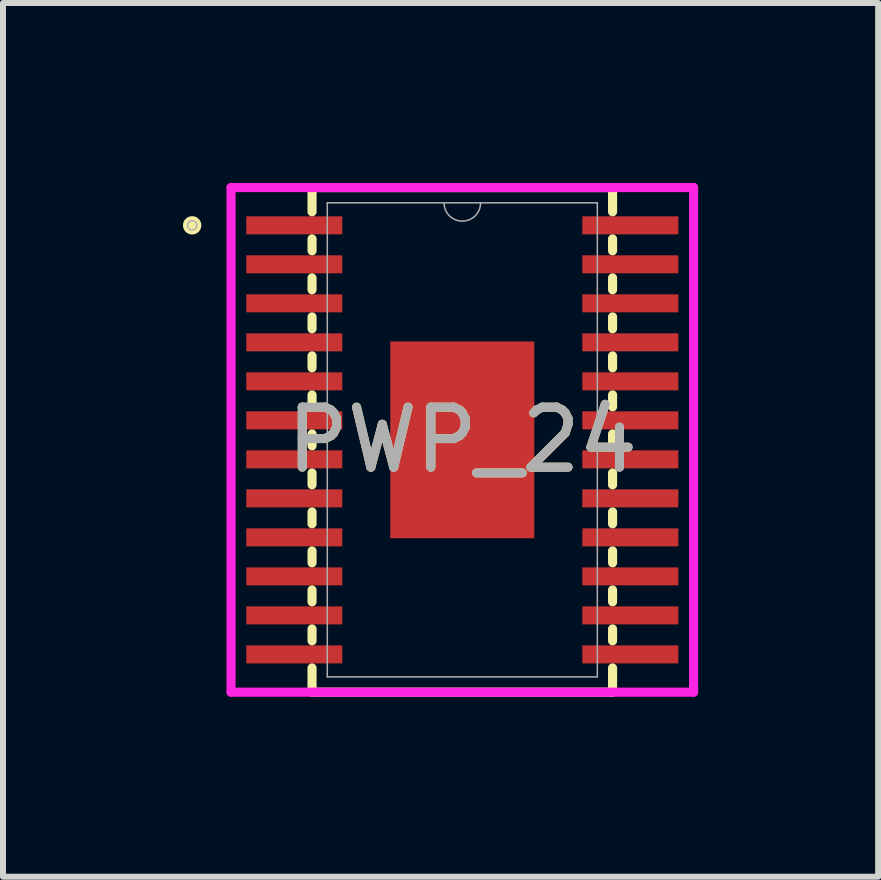
<source format=kicad_pcb>
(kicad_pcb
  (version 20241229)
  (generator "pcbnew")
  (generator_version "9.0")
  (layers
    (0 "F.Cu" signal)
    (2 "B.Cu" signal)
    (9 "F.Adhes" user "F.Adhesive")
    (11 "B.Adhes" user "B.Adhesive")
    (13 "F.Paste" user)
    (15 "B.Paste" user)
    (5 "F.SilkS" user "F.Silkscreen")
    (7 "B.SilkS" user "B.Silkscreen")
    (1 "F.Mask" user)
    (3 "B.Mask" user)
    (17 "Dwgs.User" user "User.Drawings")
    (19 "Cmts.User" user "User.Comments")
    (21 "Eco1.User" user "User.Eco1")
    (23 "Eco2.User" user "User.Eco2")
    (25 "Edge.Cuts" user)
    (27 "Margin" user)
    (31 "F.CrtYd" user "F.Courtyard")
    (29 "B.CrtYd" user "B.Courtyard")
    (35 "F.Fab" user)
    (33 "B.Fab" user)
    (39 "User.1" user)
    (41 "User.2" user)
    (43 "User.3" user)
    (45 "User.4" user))
  (footprint "PWP_24"
    (layer "F.Cu")
    (at 4.654 4.28)
    (property "Reference" "PWP_24" (at 0 0 0) (unlocked yes) (layer "F.SilkS") (effects (font (size 1 1) (thickness 0.15))))
    (attr smd)
    (fp_poly (pts (xy -3.6 -3.725) (xy -3.6 -3.425) (xy -2 -3.425) (xy -2 -3.725)) (stroke (width 0) (type solid)) (fill yes) (layer "F.Mask"))
    (fp_poly (pts (xy -3.6 -3.075) (xy -3.6 -2.775) (xy -2 -2.775) (xy -2 -3.075)) (stroke (width 0) (type solid)) (fill yes) (layer "F.Mask"))
    (fp_poly (pts (xy -3.6 -2.425) (xy -3.6 -2.125) (xy -2 -2.125) (xy -2 -2.425)) (stroke (width 0) (type solid)) (fill yes) (layer "F.Mask"))
    (fp_poly (pts (xy -3.6 -1.775) (xy -3.6 -1.475) (xy -2 -1.475) (xy -2 -1.775)) (stroke (width 0) (type solid)) (fill yes) (layer "F.Mask"))
    (fp_poly (pts (xy -3.6 -1.125) (xy -3.6 -0.825) (xy -2 -0.825) (xy -2 -1.125)) (stroke (width 0) (type solid)) (fill yes) (layer "F.Mask"))
    (fp_poly (pts (xy -3.6 -0.475) (xy -3.6 -0.175) (xy -2 -0.175) (xy -2 -0.475)) (stroke (width 0) (type solid)) (fill yes) (layer "F.Mask"))
    (fp_poly (pts (xy -3.6 0.175) (xy -3.6 0.475) (xy -2 0.475) (xy -2 0.175)) (stroke (width 0) (type solid)) (fill yes) (layer "F.Mask"))
    (fp_poly (pts (xy -3.6 0.825) (xy -3.6 1.125) (xy -2 1.125) (xy -2 0.825)) (stroke (width 0) (type solid)) (fill yes) (layer "F.Mask"))
    (fp_poly (pts (xy -3.6 1.475) (xy -3.6 1.775) (xy -2 1.775) (xy -2 1.475)) (stroke (width 0) (type solid)) (fill yes) (layer "F.Mask"))
    (fp_poly (pts (xy -3.6 2.125) (xy -3.6 2.425) (xy -2 2.425) (xy -2 2.125)) (stroke (width 0) (type solid)) (fill yes) (layer "F.Mask"))
    (fp_poly (pts (xy -3.6 2.775) (xy -3.6 3.075) (xy -2 3.075) (xy -2 2.775)) (stroke (width 0) (type solid)) (fill yes) (layer "F.Mask"))
    (fp_poly (pts (xy -3.6 3.425) (xy -3.6 3.725) (xy -2 3.725) (xy -2 3.425)) (stroke (width 0) (type solid)) (fill yes) (layer "F.Mask"))
    (fp_poly (pts (xy 2 -3.725) (xy 2 -3.425) (xy 3.6 -3.425) (xy 3.6 -3.725)) (stroke (width 0) (type solid)) (fill yes) (layer "F.Mask"))
    (fp_poly (pts (xy 2 -3.075) (xy 2 -2.775) (xy 3.6 -2.775) (xy 3.6 -3.075)) (stroke (width 0) (type solid)) (fill yes) (layer "F.Mask"))
    (fp_poly (pts (xy 2 -2.425) (xy 2 -2.125) (xy 3.6 -2.125) (xy 3.6 -2.425)) (stroke (width 0) (type solid)) (fill yes) (layer "F.Mask"))
    (fp_poly (pts (xy 2 -1.775) (xy 2 -1.475) (xy 3.6 -1.475) (xy 3.6 -1.775)) (stroke (width 0) (type solid)) (fill yes) (layer "F.Mask"))
    (fp_poly (pts (xy 2 -1.125) (xy 2 -0.825) (xy 3.6 -0.825) (xy 3.6 -1.125)) (stroke (width 0) (type solid)) (fill yes) (layer "F.Mask"))
    (fp_poly (pts (xy 2 -0.475) (xy 2 -0.175) (xy 3.6 -0.175) (xy 3.6 -0.475)) (stroke (width 0) (type solid)) (fill yes) (layer "F.Mask"))
    (fp_poly (pts (xy 2 0.175) (xy 2 0.475) (xy 3.6 0.475) (xy 3.6 0.175)) (stroke (width 0) (type solid)) (fill yes) (layer "F.Mask"))
    (fp_poly (pts (xy 2 0.825) (xy 2 1.125) (xy 3.6 1.125) (xy 3.6 0.825)) (stroke (width 0) (type solid)) (fill yes) (layer "F.Mask"))
    (fp_poly (pts (xy 2 1.475) (xy 2 1.775) (xy 3.6 1.775) (xy 3.6 1.475)) (stroke (width 0) (type solid)) (fill yes) (layer "F.Mask"))
    (fp_poly (pts (xy 2 2.125) (xy 2 2.425) (xy 3.6 2.425) (xy 3.6 2.125)) (stroke (width 0) (type solid)) (fill yes) (layer "F.Mask"))
    (fp_poly (pts (xy 2 2.775) (xy 2 3.075) (xy 3.6 3.075) (xy 3.6 2.775)) (stroke (width 0) (type solid)) (fill yes) (layer "F.Mask"))
    (fp_poly (pts (xy 2 3.425) (xy 2 3.725) (xy 3.6 3.725) (xy 3.6 3.425)) (stroke (width 0) (type solid)) (fill yes) (layer "F.Mask"))
    (fp_line (start -2.504 -4.204) (end -2.504 -3.801) (stroke (width 0.152) (type solid)) (layer "F.SilkS"))
    (fp_line (start -2.504 -3.349) (end -2.504 -3.151) (stroke (width 0.152) (type solid)) (layer "F.SilkS"))
    (fp_line (start -2.504 -2.699) (end -2.504 -2.501) (stroke (width 0.152) (type solid)) (layer "F.SilkS"))
    (fp_line (start -2.504 -2.049) (end -2.504 -1.851) (stroke (width 0.152) (type solid)) (layer "F.SilkS"))
    (fp_line (start -2.504 -1.399) (end -2.504 -1.201) (stroke (width 0.152) (type solid)) (layer "F.SilkS"))
    (fp_line (start -2.504 -0.749) (end -2.504 -0.551) (stroke (width 0.152) (type solid)) (layer "F.SilkS"))
    (fp_line (start -2.504 -0.099) (end -2.504 0.099) (stroke (width 0.152) (type solid)) (layer "F.SilkS"))
    (fp_line (start -2.504 0.551) (end -2.504 0.749) (stroke (width 0.152) (type solid)) (layer "F.SilkS"))
    (fp_line (start -2.504 1.201) (end -2.504 1.399) (stroke (width 0.152) (type solid)) (layer "F.SilkS"))
    (fp_line (start -2.504 1.851) (end -2.504 2.049) (stroke (width 0.152) (type solid)) (layer "F.SilkS"))
    (fp_line (start -2.504 2.501) (end -2.504 2.699) (stroke (width 0.152) (type solid)) (layer "F.SilkS"))
    (fp_line (start -2.504 3.151) (end -2.504 3.349) (stroke (width 0.152) (type solid)) (layer "F.SilkS"))
    (fp_line (start -2.504 3.801) (end -2.504 4.204) (stroke (width 0.152) (type solid)) (layer "F.SilkS"))
    (fp_line (start -2.504 4.204) (end 2.504 4.204) (stroke (width 0.152) (type solid)) (layer "F.SilkS"))
    (fp_line (start 2.504 -4.204) (end -2.504 -4.204) (stroke (width 0.152) (type solid)) (layer "F.SilkS"))
    (fp_line (start 2.504 -3.801) (end 2.504 -4.204) (stroke (width 0.152) (type solid)) (layer "F.SilkS"))
    (fp_line (start 2.504 -3.151) (end 2.504 -3.349) (stroke (width 0.152) (type solid)) (layer "F.SilkS"))
    (fp_line (start 2.504 -2.501) (end 2.504 -2.699) (stroke (width 0.152) (type solid)) (layer "F.SilkS"))
    (fp_line (start 2.504 -1.851) (end 2.504 -2.049) (stroke (width 0.152) (type solid)) (layer "F.SilkS"))
    (fp_line (start 2.504 -1.201) (end 2.504 -1.399) (stroke (width 0.152) (type solid)) (layer "F.SilkS"))
    (fp_line (start 2.504 -0.551) (end 2.504 -0.749) (stroke (width 0.152) (type solid)) (layer "F.SilkS"))
    (fp_line (start 2.504 0.099) (end 2.504 -0.099) (stroke (width 0.152) (type solid)) (layer "F.SilkS"))
    (fp_line (start 2.504 0.749) (end 2.504 0.551) (stroke (width 0.152) (type solid)) (layer "F.SilkS"))
    (fp_line (start 2.504 1.399) (end 2.504 1.201) (stroke (width 0.152) (type solid)) (layer "F.SilkS"))
    (fp_line (start 2.504 2.049) (end 2.504 1.851) (stroke (width 0.152) (type solid)) (layer "F.SilkS"))
    (fp_line (start 2.504 2.699) (end 2.504 2.501) (stroke (width 0.152) (type solid)) (layer "F.SilkS"))
    (fp_line (start 2.504 3.349) (end 2.504 3.151) (stroke (width 0.152) (type solid)) (layer "F.SilkS"))
    (fp_line (start 2.504 4.204) (end 2.504 3.801) (stroke (width 0.152) (type solid)) (layer "F.SilkS"))
    (fp_circle (center -4.502 -3.575) (end -4.425 -3.575) (stroke (width 0.152) (type solid)) (fill no) (layer "F.SilkS"))
    (fp_poly (pts (xy -3.6 -3.725) (xy -3.6 -3.425) (xy -2 -3.425) (xy -2 -3.725)) (stroke (width 0) (type solid)) (fill yes) (layer "F.Paste"))
    (fp_poly (pts (xy -3.6 -3.075) (xy -3.6 -2.775) (xy -2 -2.775) (xy -2 -3.075)) (stroke (width 0) (type solid)) (fill yes) (layer "F.Paste"))
    (fp_poly (pts (xy -3.6 -2.425) (xy -3.6 -2.125) (xy -2 -2.125) (xy -2 -2.425)) (stroke (width 0) (type solid)) (fill yes) (layer "F.Paste"))
    (fp_poly (pts (xy -3.6 -1.775) (xy -3.6 -1.475) (xy -2 -1.475) (xy -2 -1.775)) (stroke (width 0) (type solid)) (fill yes) (layer "F.Paste"))
    (fp_poly (pts (xy -3.6 -1.125) (xy -3.6 -0.825) (xy -2 -0.825) (xy -2 -1.125)) (stroke (width 0) (type solid)) (fill yes) (layer "F.Paste"))
    (fp_poly (pts (xy -3.6 -0.475) (xy -3.6 -0.175) (xy -2 -0.175) (xy -2 -0.475)) (stroke (width 0) (type solid)) (fill yes) (layer "F.Paste"))
    (fp_poly (pts (xy -3.6 0.175) (xy -3.6 0.475) (xy -2 0.475) (xy -2 0.175)) (stroke (width 0) (type solid)) (fill yes) (layer "F.Paste"))
    (fp_poly (pts (xy -3.6 0.825) (xy -3.6 1.125) (xy -2 1.125) (xy -2 0.825)) (stroke (width 0) (type solid)) (fill yes) (layer "F.Paste"))
    (fp_poly (pts (xy -3.6 1.475) (xy -3.6 1.775) (xy -2 1.775) (xy -2 1.475)) (stroke (width 0) (type solid)) (fill yes) (layer "F.Paste"))
    (fp_poly (pts (xy -3.6 2.125) (xy -3.6 2.425) (xy -2 2.425) (xy -2 2.125)) (stroke (width 0) (type solid)) (fill yes) (layer "F.Paste"))
    (fp_poly (pts (xy -3.6 2.775) (xy -3.6 3.075) (xy -2 3.075) (xy -2 2.775)) (stroke (width 0) (type solid)) (fill yes) (layer "F.Paste"))
    (fp_poly (pts (xy -3.6 3.425) (xy -3.6 3.725) (xy -2 3.725) (xy -2 3.425)) (stroke (width 0) (type solid)) (fill yes) (layer "F.Paste"))
    (fp_poly (pts (xy -1.1 -1.54) (xy -1.1 -0.1) (xy 1.1 -0.1) (xy 1.1 -1.54)) (stroke (width 0) (type solid)) (fill yes) (layer "F.Paste"))
    (fp_poly (pts (xy -1.1 0.1) (xy -1.1 1.54) (xy 1.1 1.54) (xy 1.1 0.1)) (stroke (width 0) (type solid)) (fill yes) (layer "F.Paste"))
    (fp_poly (pts (xy 2 -3.725) (xy 2 -3.425) (xy 3.6 -3.425) (xy 3.6 -3.725)) (stroke (width 0) (type solid)) (fill yes) (layer "F.Paste"))
    (fp_poly (pts (xy 2 -3.075) (xy 2 -2.775) (xy 3.6 -2.775) (xy 3.6 -3.075)) (stroke (width 0) (type solid)) (fill yes) (layer "F.Paste"))
    (fp_poly (pts (xy 2 -2.425) (xy 2 -2.125) (xy 3.6 -2.125) (xy 3.6 -2.425)) (stroke (width 0) (type solid)) (fill yes) (layer "F.Paste"))
    (fp_poly (pts (xy 2 -1.775) (xy 2 -1.475) (xy 3.6 -1.475) (xy 3.6 -1.775)) (stroke (width 0) (type solid)) (fill yes) (layer "F.Paste"))
    (fp_poly (pts (xy 2 -1.125) (xy 2 -0.825) (xy 3.6 -0.825) (xy 3.6 -1.125)) (stroke (width 0) (type solid)) (fill yes) (layer "F.Paste"))
    (fp_poly (pts (xy 2 -0.475) (xy 2 -0.175) (xy 3.6 -0.175) (xy 3.6 -0.475)) (stroke (width 0) (type solid)) (fill yes) (layer "F.Paste"))
    (fp_poly (pts (xy 2 0.175) (xy 2 0.475) (xy 3.6 0.475) (xy 3.6 0.175)) (stroke (width 0) (type solid)) (fill yes) (layer "F.Paste"))
    (fp_poly (pts (xy 2 0.825) (xy 2 1.125) (xy 3.6 1.125) (xy 3.6 0.825)) (stroke (width 0) (type solid)) (fill yes) (layer "F.Paste"))
    (fp_poly (pts (xy 2 1.475) (xy 2 1.775) (xy 3.6 1.775) (xy 3.6 1.475)) (stroke (width 0) (type solid)) (fill yes) (layer "F.Paste"))
    (fp_poly (pts (xy 2 2.125) (xy 2 2.425) (xy 3.6 2.425) (xy 3.6 2.125)) (stroke (width 0) (type solid)) (fill yes) (layer "F.Paste"))
    (fp_poly (pts (xy 2 2.775) (xy 2 3.075) (xy 3.6 3.075) (xy 3.6 2.775)) (stroke (width 0) (type solid)) (fill yes) (layer "F.Paste"))
    (fp_poly (pts (xy 2 3.425) (xy 2 3.725) (xy 3.6 3.725) (xy 3.6 3.425)) (stroke (width 0) (type solid)) (fill yes) (layer "F.Paste"))
    (fp_line (start -3.854 -4.204) (end 3.854 -4.204) (stroke (width 0.152) (type solid)) (layer "F.CrtYd"))
    (fp_line (start -3.854 4.204) (end -3.854 -4.204) (stroke (width 0.152) (type solid)) (layer "F.CrtYd"))
    (fp_line (start 3.854 -4.204) (end 3.854 4.204) (stroke (width 0.152) (type solid)) (layer "F.CrtYd"))
    (fp_line (start 3.854 4.204) (end -3.854 4.204) (stroke (width 0.152) (type solid)) (layer "F.CrtYd"))
    (fp_line (start -2.25 -3.95) (end -2.25 3.95) (stroke (width 0.025) (type solid)) (layer "F.Fab"))
    (fp_line (start -2.25 3.95) (end 2.25 3.95) (stroke (width 0.025) (type solid)) (layer "F.Fab"))
    (fp_line (start 2.25 -3.95) (end -2.25 -3.95) (stroke (width 0.025) (type solid)) (layer "F.Fab"))
    (fp_line (start 2.25 3.95) (end 2.25 -3.95) (stroke (width 0.025) (type solid)) (layer "F.Fab"))
    (fp_arc (start 0.3048 -3.95) (mid 0 -3.6452) (end -0.3048 -3.95) (stroke (width 0.0254) (type solid)) (layer "F.Fab"))
    (fp_circle (center -4.502 -3.575) (end -4.425 -3.575) (stroke (width 0.025) (type solid)) (fill no) (layer "F.Fab"))
    (fp_text user "${REFERENCE}" (at 0 0 0) (unlocked yes) (layer "F.Fab") (effects (font (size 1 1) (thickness 0.15))))
    (pad "1" smd rect (at -2.8 -3.575) (size 1.6 0.3) (layers "F.Cu" "F.Mask"))
    (pad "2" smd rect (at -2.8 -2.925) (size 1.6 0.3) (layers "F.Cu" "F.Mask"))
    (pad "3" smd rect (at -2.8 -2.275) (size 1.6 0.3) (layers "F.Cu" "F.Mask"))
    (pad "4" smd rect (at -2.8 -1.625) (size 1.6 0.3) (layers "F.Cu" "F.Mask"))
    (pad "5" smd rect (at -2.8 -0.975) (size 1.6 0.3) (layers "F.Cu" "F.Mask"))
    (pad "6" smd rect (at -2.8 -0.325) (size 1.6 0.3) (layers "F.Cu" "F.Mask"))
    (pad "7" smd rect (at -2.8 0.325) (size 1.6 0.3) (layers "F.Cu" "F.Mask"))
    (pad "8" smd rect (at -2.8 0.975) (size 1.6 0.3) (layers "F.Cu" "F.Mask"))
    (pad "9" smd rect (at -2.8 1.625) (size 1.6 0.3) (layers "F.Cu" "F.Mask"))
    (pad "10" smd rect (at -2.8 2.275) (size 1.6 0.3) (layers "F.Cu" "F.Mask"))
    (pad "11" smd rect (at -2.8 2.925) (size 1.6 0.3) (layers "F.Cu" "F.Mask"))
    (pad "12" smd rect (at -2.8 3.575) (size 1.6 0.3) (layers "F.Cu" "F.Mask"))
    (pad "13" smd rect (at 2.8 3.575) (size 1.6 0.3) (layers "F.Cu" "F.Mask"))
    (pad "14" smd rect (at 2.8 2.925) (size 1.6 0.3) (layers "F.Cu" "F.Mask"))
    (pad "15" smd rect (at 2.8 2.275) (size 1.6 0.3) (layers "F.Cu" "F.Mask"))
    (pad "16" smd rect (at 2.8 1.625) (size 1.6 0.3) (layers "F.Cu" "F.Mask"))
    (pad "17" smd rect (at 2.8 0.975) (size 1.6 0.3) (layers "F.Cu" "F.Mask"))
    (pad "18" smd rect (at 2.8 0.325) (size 1.6 0.3) (layers "F.Cu" "F.Mask"))
    (pad "19" smd rect (at 2.8 -0.325) (size 1.6 0.3) (layers "F.Cu" "F.Mask"))
    (pad "20" smd rect (at 2.8 -0.975) (size 1.6 0.3) (layers "F.Cu" "F.Mask"))
    (pad "21" smd rect (at 2.8 -1.625) (size 1.6 0.3) (layers "F.Cu" "F.Mask"))
    (pad "22" smd rect (at 2.8 -2.275) (size 1.6 0.3) (layers "F.Cu" "F.Mask"))
    (pad "23" smd rect (at 2.8 -2.925) (size 1.6 0.3) (layers "F.Cu" "F.Mask"))
    (pad "24" smd rect (at 2.8 -3.575) (size 1.6 0.3) (layers "F.Cu" "F.Mask"))
    (pad "25" smd rect (at 0 0) (size 2.4 3.28) (layers "F.Cu" "F.Mask")))
  (gr_rect
    (start -3 -3)
    (end 11.584 11.56)
    (stroke (width 0.1) (type default))
    (fill no)
    (layer "Edge.Cuts")))
</source>
